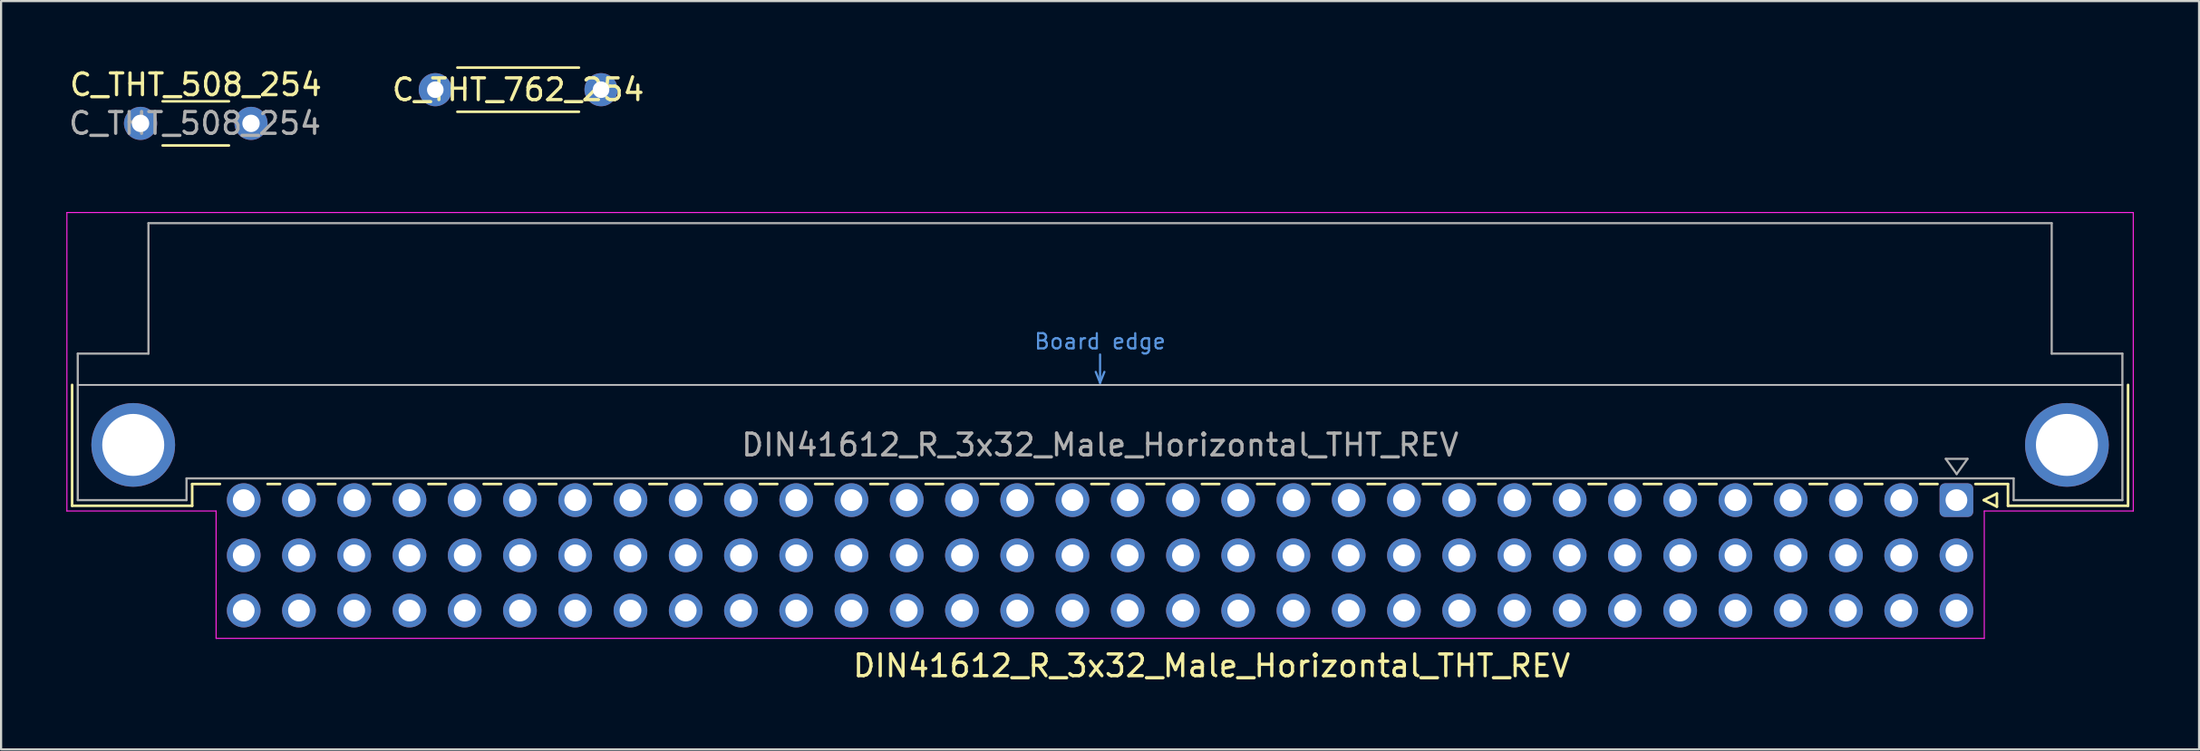
<source format=kicad_pcb>
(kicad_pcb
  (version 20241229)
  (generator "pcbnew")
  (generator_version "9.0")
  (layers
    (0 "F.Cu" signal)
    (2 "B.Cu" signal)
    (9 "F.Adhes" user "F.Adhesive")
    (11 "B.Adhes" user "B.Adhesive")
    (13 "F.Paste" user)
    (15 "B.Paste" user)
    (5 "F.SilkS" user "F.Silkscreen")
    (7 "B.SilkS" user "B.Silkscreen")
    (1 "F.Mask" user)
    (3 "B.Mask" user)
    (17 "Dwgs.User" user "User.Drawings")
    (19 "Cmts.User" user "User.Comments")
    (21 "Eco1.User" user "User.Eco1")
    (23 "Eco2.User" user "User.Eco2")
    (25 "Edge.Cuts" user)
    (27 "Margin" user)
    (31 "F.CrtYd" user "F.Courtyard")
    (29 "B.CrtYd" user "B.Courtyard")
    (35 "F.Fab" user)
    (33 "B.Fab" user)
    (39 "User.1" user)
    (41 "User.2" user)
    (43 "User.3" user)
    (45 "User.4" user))
  (footprint "DIN41612_R_3x32_Male_Horizontal_THT_REV"
    (layer "F.Cu")
    (at 8.155 19.957)
    (property "Reference" "DIN41612_R_3x32_Male_Horizontal_THT_REV" (at 44.501 7.62 0) (layer "F.SilkS") (effects (font (size 1 1) (thickness 0.15))))
    (attr through_hole)
    (fp_line (start -7.89 -5.3) (end -7.89 0.26) (stroke (width 0.12) (type solid)) (layer "F.SilkS"))
    (fp_line (start -7.89 0.26) (end -2.37 0.26) (stroke (width 0.12) (type solid)) (layer "F.SilkS"))
    (fp_line (start -2.371 -0.74) (end -1.095 -0.74) (stroke (width 0.12) (type solid)) (layer "F.SilkS"))
    (fp_line (start -2.37 0.26) (end -2.37 -0.74) (stroke (width 0.12) (type solid)) (layer "F.SilkS"))
    (fp_line (start 1.095 -0.74) (end 1.671 -0.74) (stroke (width 0.12) (type solid)) (layer "F.SilkS"))
    (fp_line (start 3.41 -0.74) (end 4.211 -0.74) (stroke (width 0.12) (type solid)) (layer "F.SilkS"))
    (fp_line (start 5.95 -0.74) (end 6.751 -0.74) (stroke (width 0.12) (type solid)) (layer "F.SilkS"))
    (fp_line (start 8.49 -0.74) (end 9.291 -0.74) (stroke (width 0.12) (type solid)) (layer "F.SilkS"))
    (fp_line (start 11.03 -0.74) (end 11.831 -0.74) (stroke (width 0.12) (type solid)) (layer "F.SilkS"))
    (fp_line (start 13.57 -0.74) (end 14.371 -0.74) (stroke (width 0.12) (type solid)) (layer "F.SilkS"))
    (fp_line (start 16.11 -0.74) (end 16.911 -0.74) (stroke (width 0.12) (type solid)) (layer "F.SilkS"))
    (fp_line (start 18.65 -0.74) (end 19.451 -0.74) (stroke (width 0.12) (type solid)) (layer "F.SilkS"))
    (fp_line (start 21.19 -0.74) (end 21.991 -0.74) (stroke (width 0.12) (type solid)) (layer "F.SilkS"))
    (fp_line (start 23.73 -0.74) (end 24.531 -0.74) (stroke (width 0.12) (type solid)) (layer "F.SilkS"))
    (fp_line (start 26.27 -0.74) (end 27.071 -0.74) (stroke (width 0.12) (type solid)) (layer "F.SilkS"))
    (fp_line (start 28.81 -0.74) (end 29.611 -0.74) (stroke (width 0.12) (type solid)) (layer "F.SilkS"))
    (fp_line (start 31.35 -0.74) (end 32.151 -0.74) (stroke (width 0.12) (type solid)) (layer "F.SilkS"))
    (fp_line (start 33.89 -0.74) (end 34.691 -0.74) (stroke (width 0.12) (type solid)) (layer "F.SilkS"))
    (fp_line (start 36.43 -0.74) (end 37.231 -0.74) (stroke (width 0.12) (type solid)) (layer "F.SilkS"))
    (fp_line (start 38.97 -0.74) (end 39.771 -0.74) (stroke (width 0.12) (type solid)) (layer "F.SilkS"))
    (fp_line (start 41.51 -0.74) (end 42.311 -0.74) (stroke (width 0.12) (type solid)) (layer "F.SilkS"))
    (fp_line (start 44.05 -0.74) (end 44.851 -0.74) (stroke (width 0.12) (type solid)) (layer "F.SilkS"))
    (fp_line (start 46.59 -0.74) (end 47.391 -0.74) (stroke (width 0.12) (type solid)) (layer "F.SilkS"))
    (fp_line (start 49.13 -0.74) (end 49.931 -0.74) (stroke (width 0.12) (type solid)) (layer "F.SilkS"))
    (fp_line (start 51.67 -0.74) (end 52.471 -0.74) (stroke (width 0.12) (type solid)) (layer "F.SilkS"))
    (fp_line (start 54.21 -0.74) (end 55.011 -0.74) (stroke (width 0.12) (type solid)) (layer "F.SilkS"))
    (fp_line (start 56.75 -0.74) (end 57.551 -0.74) (stroke (width 0.12) (type solid)) (layer "F.SilkS"))
    (fp_line (start 59.29 -0.74) (end 60.091 -0.74) (stroke (width 0.12) (type solid)) (layer "F.SilkS"))
    (fp_line (start 61.83 -0.74) (end 62.631 -0.74) (stroke (width 0.12) (type solid)) (layer "F.SilkS"))
    (fp_line (start 64.37 -0.74) (end 65.171 -0.74) (stroke (width 0.12) (type solid)) (layer "F.SilkS"))
    (fp_line (start 66.91 -0.74) (end 67.711 -0.74) (stroke (width 0.12) (type solid)) (layer "F.SilkS"))
    (fp_line (start 69.45 -0.74) (end 70.251 -0.74) (stroke (width 0.12) (type solid)) (layer "F.SilkS"))
    (fp_line (start 71.99 -0.74) (end 72.791 -0.74) (stroke (width 0.12) (type solid)) (layer "F.SilkS"))
    (fp_line (start 74.53 -0.74) (end 75.331 -0.74) (stroke (width 0.12) (type solid)) (layer "F.SilkS"))
    (fp_line (start 77.07 -0.74) (end 77.871 -0.74) (stroke (width 0.12) (type solid)) (layer "F.SilkS"))
    (fp_line (start 79.61 -0.74) (end 81.11 -0.74) (stroke (width 0.12) (type solid)) (layer "F.SilkS"))
    (fp_line (start 80 0) (end 80.6 0.3) (stroke (width 0.12) (type solid)) (layer "F.SilkS"))
    (fp_line (start 80.6 -0.3) (end 80 0) (stroke (width 0.12) (type solid)) (layer "F.SilkS"))
    (fp_line (start 80.6 0.3) (end 80.6 -0.3) (stroke (width 0.12) (type solid)) (layer "F.SilkS"))
    (fp_line (start 81.11 0.26) (end 81.11 -0.74) (stroke (width 0.12) (type solid)) (layer "F.SilkS"))
    (fp_line (start 86.63 -5.3) (end 86.63 0.26) (stroke (width 0.12) (type solid)) (layer "F.SilkS"))
    (fp_line (start 86.63 0.26) (end 81.11 0.26) (stroke (width 0.12) (type solid)) (layer "F.SilkS"))
    (fp_line (start -7.63 -5.3) (end 86.37 -5.3) (stroke (width 0.08) (type solid)) (layer "Dwgs.User"))
    (fp_line (start 39.17 -5.9) (end 39.37 -5.4) (stroke (width 0.1) (type solid)) (layer "Cmts.User"))
    (fp_line (start 39.37 -5.4) (end 39.37 -6.7) (stroke (width 0.1) (type solid)) (layer "Cmts.User"))
    (fp_line (start 39.37 -5.4) (end 39.57 -5.9) (stroke (width 0.1) (type solid)) (layer "Cmts.User"))
    (fp_line (start -8.13 -13.23) (end -8.13 0.5) (stroke (width 0.05) (type solid)) (layer "F.CrtYd"))
    (fp_line (start -8.13 0.5) (end -1.27 0.5) (stroke (width 0.05) (type solid)) (layer "F.CrtYd"))
    (fp_line (start -1.27 0.5) (end -1.27 6.36) (stroke (width 0.05) (type solid)) (layer "F.CrtYd"))
    (fp_line (start -1.27 6.36) (end 80.02 6.36) (stroke (width 0.05) (type solid)) (layer "F.CrtYd"))
    (fp_line (start 80.02 0.5) (end 86.87 0.5) (stroke (width 0.05) (type solid)) (layer "F.CrtYd"))
    (fp_line (start 80.02 6.36) (end 80.02 0.5) (stroke (width 0.05) (type solid)) (layer "F.CrtYd"))
    (fp_line (start 86.87 -13.23) (end -8.13 -13.23) (stroke (width 0.05) (type solid)) (layer "F.CrtYd"))
    (fp_line (start 86.87 0.5) (end 86.87 -13.23) (stroke (width 0.05) (type solid)) (layer "F.CrtYd"))
    (fp_line (start -7.63 -6.74) (end -7.63 0) (stroke (width 0.1) (type solid)) (layer "F.Fab"))
    (fp_line (start -7.63 0) (end -2.63 0) (stroke (width 0.1) (type solid)) (layer "F.Fab"))
    (fp_line (start -4.38 -12.74) (end -4.38 -6.74) (stroke (width 0.1) (type solid)) (layer "F.Fab"))
    (fp_line (start -4.38 -6.74) (end -7.63 -6.74) (stroke (width 0.1) (type solid)) (layer "F.Fab"))
    (fp_line (start -2.63 -1) (end 81.37 -1) (stroke (width 0.1) (type solid)) (layer "F.Fab"))
    (fp_line (start -2.63 0) (end -2.63 -1) (stroke (width 0.1) (type solid)) (layer "F.Fab"))
    (fp_line (start 78.25 -1.9) (end 79.25 -1.9) (stroke (width 0.1) (type solid)) (layer "F.Fab"))
    (fp_line (start 78.75 -1.2) (end 78.25 -1.9) (stroke (width 0.1) (type solid)) (layer "F.Fab"))
    (fp_line (start 79.25 -1.9) (end 78.75 -1.2) (stroke (width 0.1) (type solid)) (layer "F.Fab"))
    (fp_line (start 81.37 -1) (end 81.37 0) (stroke (width 0.1) (type solid)) (layer "F.Fab"))
    (fp_line (start 81.37 0) (end 86.37 0) (stroke (width 0.1) (type solid)) (layer "F.Fab"))
    (fp_line (start 83.12 -12.74) (end -4.38 -12.74) (stroke (width 0.1) (type solid)) (layer "F.Fab"))
    (fp_line (start 83.12 -6.74) (end 83.12 -12.74) (stroke (width 0.1) (type solid)) (layer "F.Fab"))
    (fp_line (start 86.37 -6.74) (end 83.12 -6.74) (stroke (width 0.1) (type solid)) (layer "F.Fab"))
    (fp_line (start 86.37 0) (end 86.37 -6.74) (stroke (width 0.1) (type solid)) (layer "F.Fab"))
    (fp_text user "Board edge" (at 39.37 -7.3 0) (layer "Cmts.User") (effects (font (size 0.7 0.7) (thickness 0.1))))
    (fp_text user "${REFERENCE}" (at 39.37 -2.54 0) (layer "F.Fab") (effects (font (size 1 1) (thickness 0.15))))
    (pad "" thru_hole circle (at -5.08 -2.54) (size 3.85 3.85) (drill 2.85) (layers "*.Cu" "*.Mask"))
    (pad "" thru_hole circle (at 83.82 -2.54) (size 3.85 3.85) (drill 2.85) (layers "*.Cu" "*.Mask"))
    (pad "a1" thru_hole roundrect (at 78.74 0) (size 1.55 1.55) (drill 1) (layers "*.Cu" "*.Mask") (roundrect_rratio 0.161))
    (pad "a2" thru_hole circle (at 76.2 0) (size 1.55 1.55) (drill 1) (layers "*.Cu" "*.Mask"))
    (pad "a3" thru_hole circle (at 73.66 0) (size 1.55 1.55) (drill 1) (layers "*.Cu" "*.Mask"))
    (pad "a4" thru_hole circle (at 71.12 0) (size 1.55 1.55) (drill 1) (layers "*.Cu" "*.Mask"))
    (pad "a5" thru_hole circle (at 68.58 0) (size 1.55 1.55) (drill 1) (layers "*.Cu" "*.Mask"))
    (pad "a6" thru_hole circle (at 66.04 0) (size 1.55 1.55) (drill 1) (layers "*.Cu" "*.Mask"))
    (pad "a7" thru_hole circle (at 63.5 0) (size 1.55 1.55) (drill 1) (layers "*.Cu" "*.Mask"))
    (pad "a8" thru_hole circle (at 60.96 0) (size 1.55 1.55) (drill 1) (layers "*.Cu" "*.Mask"))
    (pad "a9" thru_hole circle (at 58.42 0) (size 1.55 1.55) (drill 1) (layers "*.Cu" "*.Mask"))
    (pad "a10" thru_hole circle (at 55.88 0) (size 1.55 1.55) (drill 1) (layers "*.Cu" "*.Mask"))
    (pad "a11" thru_hole circle (at 53.34 0) (size 1.55 1.55) (drill 1) (layers "*.Cu" "*.Mask"))
    (pad "a12" thru_hole circle (at 50.8 0) (size 1.55 1.55) (drill 1) (layers "*.Cu" "*.Mask"))
    (pad "a13" thru_hole circle (at 48.26 0) (size 1.55 1.55) (drill 1) (layers "*.Cu" "*.Mask"))
    (pad "a14" thru_hole circle (at 45.72 0) (size 1.55 1.55) (drill 1) (layers "*.Cu" "*.Mask"))
    (pad "a15" thru_hole circle (at 43.18 0) (size 1.55 1.55) (drill 1) (layers "*.Cu" "*.Mask"))
    (pad "a16" thru_hole circle (at 40.64 0) (size 1.55 1.55) (drill 1) (layers "*.Cu" "*.Mask"))
    (pad "a17" thru_hole circle (at 38.1 0) (size 1.55 1.55) (drill 1) (layers "*.Cu" "*.Mask"))
    (pad "a18" thru_hole circle (at 35.56 0) (size 1.55 1.55) (drill 1) (layers "*.Cu" "*.Mask"))
    (pad "a19" thru_hole circle (at 33.02 0) (size 1.55 1.55) (drill 1) (layers "*.Cu" "*.Mask"))
    (pad "a20" thru_hole circle (at 30.48 0) (size 1.55 1.55) (drill 1) (layers "*.Cu" "*.Mask"))
    (pad "a21" thru_hole circle (at 27.94 0) (size 1.55 1.55) (drill 1) (layers "*.Cu" "*.Mask"))
    (pad "a22" thru_hole circle (at 25.4 0) (size 1.55 1.55) (drill 1) (layers "*.Cu" "*.Mask"))
    (pad "a23" thru_hole circle (at 22.86 0) (size 1.55 1.55) (drill 1) (layers "*.Cu" "*.Mask"))
    (pad "a24" thru_hole circle (at 20.32 0) (size 1.55 1.55) (drill 1) (layers "*.Cu" "*.Mask"))
    (pad "a25" thru_hole circle (at 17.78 0) (size 1.55 1.55) (drill 1) (layers "*.Cu" "*.Mask"))
    (pad "a26" thru_hole circle (at 15.24 0) (size 1.55 1.55) (drill 1) (layers "*.Cu" "*.Mask"))
    (pad "a27" thru_hole circle (at 12.7 0) (size 1.55 1.55) (drill 1) (layers "*.Cu" "*.Mask"))
    (pad "a28" thru_hole circle (at 10.16 0) (size 1.55 1.55) (drill 1) (layers "*.Cu" "*.Mask"))
    (pad "a29" thru_hole circle (at 7.62 0) (size 1.55 1.55) (drill 1) (layers "*.Cu" "*.Mask"))
    (pad "a30" thru_hole circle (at 5.08 0) (size 1.55 1.55) (drill 1) (layers "*.Cu" "*.Mask"))
    (pad "a31" thru_hole circle (at 2.54 0) (size 1.55 1.55) (drill 1) (layers "*.Cu" "*.Mask"))
    (pad "a32" thru_hole circle (at 0 0) (size 1.55 1.55) (drill 1) (layers "*.Cu" "*.Mask"))
    (pad "b1" thru_hole circle (at 78.74 2.54) (size 1.55 1.55) (drill 1) (layers "*.Cu" "*.Mask"))
    (pad "b2" thru_hole circle (at 76.2 2.54) (size 1.55 1.55) (drill 1) (layers "*.Cu" "*.Mask"))
    (pad "b3" thru_hole circle (at 73.66 2.54) (size 1.55 1.55) (drill 1) (layers "*.Cu" "*.Mask"))
    (pad "b4" thru_hole circle (at 71.12 2.54) (size 1.55 1.55) (drill 1) (layers "*.Cu" "*.Mask"))
    (pad "b5" thru_hole circle (at 68.58 2.54) (size 1.55 1.55) (drill 1) (layers "*.Cu" "*.Mask"))
    (pad "b6" thru_hole circle (at 66.04 2.54) (size 1.55 1.55) (drill 1) (layers "*.Cu" "*.Mask"))
    (pad "b7" thru_hole circle (at 63.5 2.54) (size 1.55 1.55) (drill 1) (layers "*.Cu" "*.Mask"))
    (pad "b8" thru_hole circle (at 60.96 2.54) (size 1.55 1.55) (drill 1) (layers "*.Cu" "*.Mask"))
    (pad "b9" thru_hole circle (at 58.42 2.54) (size 1.55 1.55) (drill 1) (layers "*.Cu" "*.Mask"))
    (pad "b10" thru_hole circle (at 55.88 2.54) (size 1.55 1.55) (drill 1) (layers "*.Cu" "*.Mask"))
    (pad "b11" thru_hole circle (at 53.34 2.54) (size 1.55 1.55) (drill 1) (layers "*.Cu" "*.Mask"))
    (pad "b12" thru_hole circle (at 50.8 2.54) (size 1.55 1.55) (drill 1) (layers "*.Cu" "*.Mask"))
    (pad "b13" thru_hole circle (at 48.26 2.54) (size 1.55 1.55) (drill 1) (layers "*.Cu" "*.Mask"))
    (pad "b14" thru_hole circle (at 45.72 2.54) (size 1.55 1.55) (drill 1) (layers "*.Cu" "*.Mask"))
    (pad "b15" thru_hole circle (at 43.18 2.54) (size 1.55 1.55) (drill 1) (layers "*.Cu" "*.Mask"))
    (pad "b16" thru_hole circle (at 40.64 2.54) (size 1.55 1.55) (drill 1) (layers "*.Cu" "*.Mask"))
    (pad "b17" thru_hole circle (at 38.1 2.54) (size 1.55 1.55) (drill 1) (layers "*.Cu" "*.Mask"))
    (pad "b18" thru_hole circle (at 35.56 2.54) (size 1.55 1.55) (drill 1) (layers "*.Cu" "*.Mask"))
    (pad "b19" thru_hole circle (at 33.02 2.54) (size 1.55 1.55) (drill 1) (layers "*.Cu" "*.Mask"))
    (pad "b20" thru_hole circle (at 30.48 2.54) (size 1.55 1.55) (drill 1) (layers "*.Cu" "*.Mask"))
    (pad "b21" thru_hole circle (at 27.94 2.54) (size 1.55 1.55) (drill 1) (layers "*.Cu" "*.Mask"))
    (pad "b22" thru_hole circle (at 25.4 2.54) (size 1.55 1.55) (drill 1) (layers "*.Cu" "*.Mask"))
    (pad "b23" thru_hole circle (at 22.86 2.54) (size 1.55 1.55) (drill 1) (layers "*.Cu" "*.Mask"))
    (pad "b24" thru_hole circle (at 20.32 2.54) (size 1.55 1.55) (drill 1) (layers "*.Cu" "*.Mask"))
    (pad "b25" thru_hole circle (at 17.78 2.54) (size 1.55 1.55) (drill 1) (layers "*.Cu" "*.Mask"))
    (pad "b26" thru_hole circle (at 15.24 2.54) (size 1.55 1.55) (drill 1) (layers "*.Cu" "*.Mask"))
    (pad "b27" thru_hole circle (at 12.7 2.54) (size 1.55 1.55) (drill 1) (layers "*.Cu" "*.Mask"))
    (pad "b28" thru_hole circle (at 10.16 2.54) (size 1.55 1.55) (drill 1) (layers "*.Cu" "*.Mask"))
    (pad "b29" thru_hole circle (at 7.62 2.54) (size 1.55 1.55) (drill 1) (layers "*.Cu" "*.Mask"))
    (pad "b30" thru_hole circle (at 5.08 2.54) (size 1.55 1.55) (drill 1) (layers "*.Cu" "*.Mask"))
    (pad "b31" thru_hole circle (at 2.54 2.54) (size 1.55 1.55) (drill 1) (layers "*.Cu" "*.Mask"))
    (pad "b32" thru_hole circle (at 0 2.54) (size 1.55 1.55) (drill 1) (layers "*.Cu" "*.Mask"))
    (pad "c1" thru_hole circle (at 78.74 5.08) (size 1.55 1.55) (drill 1) (layers "*.Cu" "*.Mask"))
    (pad "c2" thru_hole circle (at 76.2 5.08) (size 1.55 1.55) (drill 1) (layers "*.Cu" "*.Mask"))
    (pad "c3" thru_hole circle (at 73.66 5.08) (size 1.55 1.55) (drill 1) (layers "*.Cu" "*.Mask"))
    (pad "c4" thru_hole circle (at 71.12 5.08) (size 1.55 1.55) (drill 1) (layers "*.Cu" "*.Mask"))
    (pad "c5" thru_hole circle (at 68.58 5.08) (size 1.55 1.55) (drill 1) (layers "*.Cu" "*.Mask"))
    (pad "c6" thru_hole circle (at 66.04 5.08) (size 1.55 1.55) (drill 1) (layers "*.Cu" "*.Mask"))
    (pad "c7" thru_hole circle (at 63.5 5.08) (size 1.55 1.55) (drill 1) (layers "*.Cu" "*.Mask"))
    (pad "c8" thru_hole circle (at 60.96 5.08) (size 1.55 1.55) (drill 1) (layers "*.Cu" "*.Mask"))
    (pad "c9" thru_hole circle (at 58.42 5.08) (size 1.55 1.55) (drill 1) (layers "*.Cu" "*.Mask"))
    (pad "c10" thru_hole circle (at 55.88 5.08) (size 1.55 1.55) (drill 1) (layers "*.Cu" "*.Mask"))
    (pad "c11" thru_hole circle (at 53.34 5.08) (size 1.55 1.55) (drill 1) (layers "*.Cu" "*.Mask"))
    (pad "c12" thru_hole circle (at 50.8 5.08) (size 1.55 1.55) (drill 1) (layers "*.Cu" "*.Mask"))
    (pad "c13" thru_hole circle (at 48.26 5.08) (size 1.55 1.55) (drill 1) (layers "*.Cu" "*.Mask"))
    (pad "c14" thru_hole circle (at 45.72 5.08) (size 1.55 1.55) (drill 1) (layers "*.Cu" "*.Mask"))
    (pad "c15" thru_hole circle (at 43.18 5.08) (size 1.55 1.55) (drill 1) (layers "*.Cu" "*.Mask"))
    (pad "c16" thru_hole circle (at 40.64 5.08) (size 1.55 1.55) (drill 1) (layers "*.Cu" "*.Mask"))
    (pad "c17" thru_hole circle (at 38.1 5.08) (size 1.55 1.55) (drill 1) (layers "*.Cu" "*.Mask"))
    (pad "c18" thru_hole circle (at 35.56 5.08) (size 1.55 1.55) (drill 1) (layers "*.Cu" "*.Mask"))
    (pad "c19" thru_hole circle (at 33.02 5.08) (size 1.55 1.55) (drill 1) (layers "*.Cu" "*.Mask"))
    (pad "c20" thru_hole circle (at 30.48 5.08) (size 1.55 1.55) (drill 1) (layers "*.Cu" "*.Mask"))
    (pad "c21" thru_hole circle (at 27.94 5.08) (size 1.55 1.55) (drill 1) (layers "*.Cu" "*.Mask"))
    (pad "c22" thru_hole circle (at 25.4 5.08) (size 1.55 1.55) (drill 1) (layers "*.Cu" "*.Mask"))
    (pad "c23" thru_hole circle (at 22.86 5.08) (size 1.55 1.55) (drill 1) (layers "*.Cu" "*.Mask"))
    (pad "c24" thru_hole circle (at 20.32 5.08) (size 1.55 1.55) (drill 1) (layers "*.Cu" "*.Mask"))
    (pad "c25" thru_hole circle (at 17.78 5.08) (size 1.55 1.55) (drill 1) (layers "*.Cu" "*.Mask"))
    (pad "c26" thru_hole circle (at 15.24 5.08) (size 1.55 1.55) (drill 1) (layers "*.Cu" "*.Mask"))
    (pad "c27" thru_hole circle (at 12.7 5.08) (size 1.55 1.55) (drill 1) (layers "*.Cu" "*.Mask"))
    (pad "c28" thru_hole circle (at 10.16 5.08) (size 1.55 1.55) (drill 1) (layers "*.Cu" "*.Mask"))
    (pad "c29" thru_hole circle (at 7.62 5.08) (size 1.55 1.55) (drill 1) (layers "*.Cu" "*.Mask"))
    (pad "c30" thru_hole circle (at 5.08 5.08) (size 1.55 1.55) (drill 1) (layers "*.Cu" "*.Mask"))
    (pad "c31" thru_hole circle (at 2.54 5.08) (size 1.55 1.55) (drill 1) (layers "*.Cu" "*.Mask"))
    (pad "c32" thru_hole circle (at 0 5.08) (size 1.55 1.55) (drill 1) (layers "*.Cu" "*.Mask")))
  (footprint "C_THT_508_254"
    (layer "F.Cu")
    (at 3.411 2.626)
    (property "Reference" "C_THT_508_254" (at 2.54 -1.778 180) (layer "F.SilkS") (effects (font (size 1 1) (thickness 0.15))))
    (attr through_hole)
    (fp_line (start 1.016 -1.016) (end 4.064 -1.016) (stroke (width 0.12) (type solid)) (layer "F.SilkS"))
    (fp_line (start 1.016 1.016) (end 4.064 1.016) (stroke (width 0.12) (type solid)) (layer "F.SilkS"))
    (fp_text user "${REFERENCE}" (at 2.5 0 180) (layer "F.Fab") (effects (font (size 1 1) (thickness 0.15))))
    (pad "1" thru_hole circle (at 0 0) (size 1.524 1.524) (drill 0.8) (layers "*.Cu" "*.Mask"))
    (pad "2" thru_hole circle (at 5.08 0) (size 1.524 1.524) (drill 0.8) (layers "*.Cu" "*.Mask")))
  (footprint "C_THT_762_254"
    (layer "F.Cu")
    (at 16.962 1.076)
    (property "Reference" "C_THT_762_254" (at 3.81 0 0) (layer "F.SilkS") (effects (font (size 1 1) (thickness 0.15))))
    (attr through_hole)
    (fp_line (start 1.016 -1.016) (end 6.604 -1.016) (stroke (width 0.12) (type solid)) (layer "F.SilkS"))
    (fp_line (start 1.016 1.016) (end 6.604 1.016) (stroke (width 0.12) (type solid)) (layer "F.SilkS"))
    (pad "1" thru_hole circle (at 0 0) (size 1.524 1.524) (drill 0.762) (layers "*.Cu" "*.Mask"))
    (pad "2" thru_hole circle (at 7.62 0) (size 1.524 1.524) (drill 0.762) (layers "*.Cu" "*.Mask")))
  (gr_rect
    (start -3 -3)
    (end 98.05 31.425)
    (stroke (width 0.1) (type default))
    (fill no)
    (layer "Edge.Cuts")))
</source>
